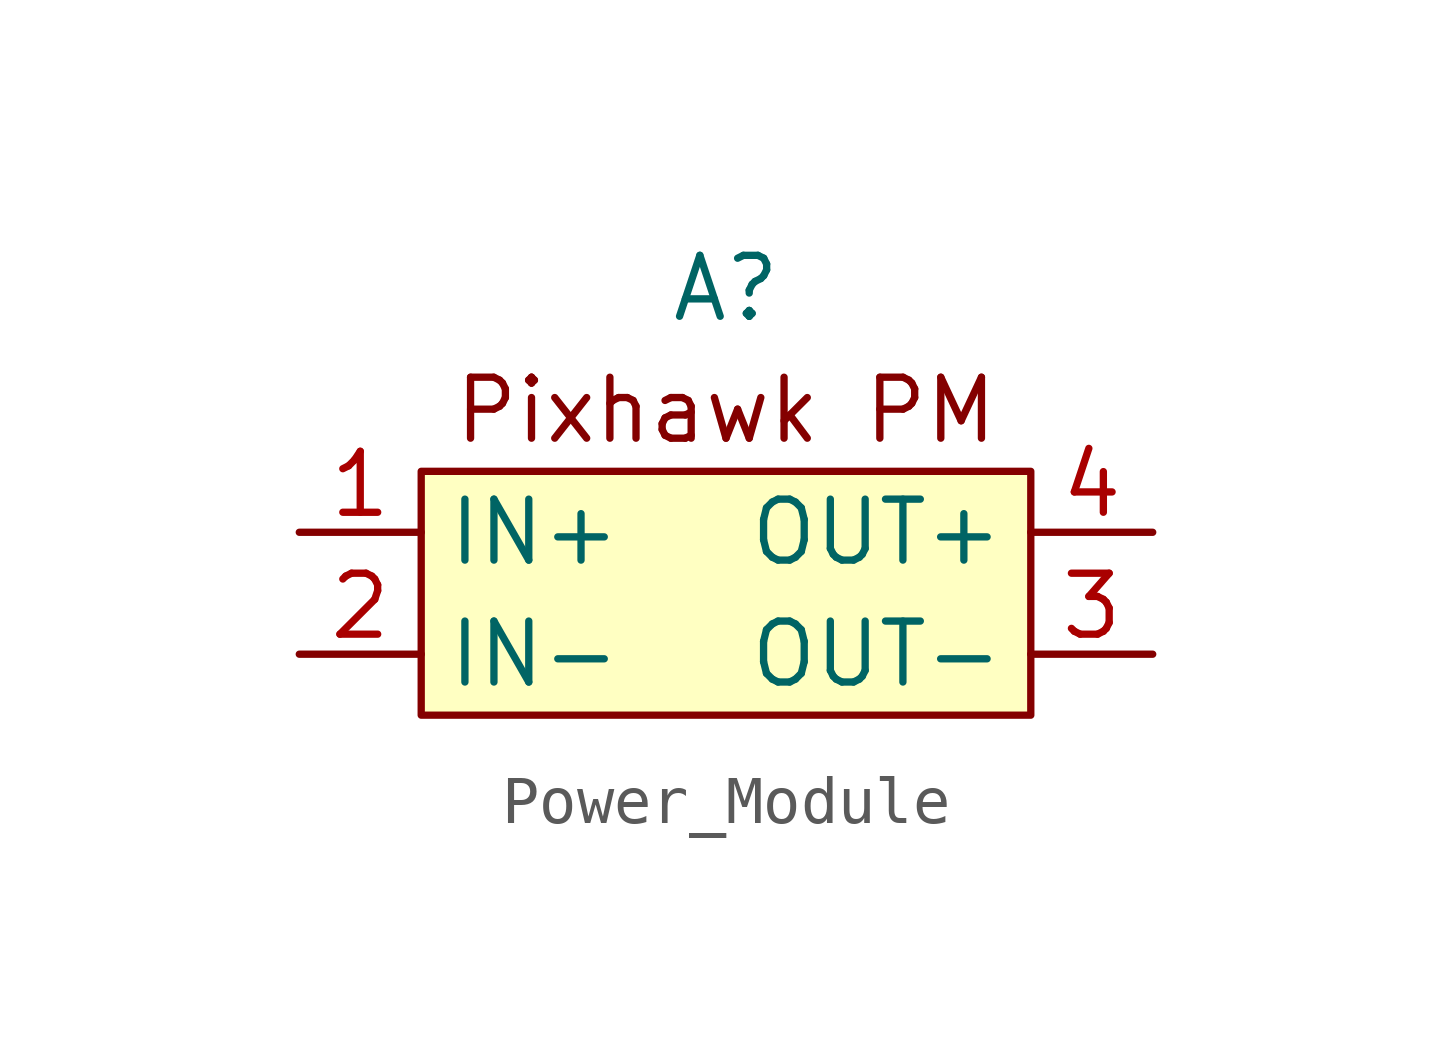
<source format=kicad_sym>
(kicad_symbol_lib
  (version 20220914)
  (generator kicad_symbol_editor)
  (symbol "Power_Module"
    (property "Reference" "A"
      (at 0 6.35 0)
      (effects (font (size 1.27 1.27))))
    (property "Value" ""
      (at 0 0 0)
      (effects (font (size 1.27 1.27))))
    (symbol "Power_Module_0_1"
      (rectangle (start -6.35 2.54) (end 6.35 -2.54) (stroke (width 0) (type default)) (fill (type background)))
      (text "Pixhawk PM" (at 0 3.81 0) (effects (font (size 1.27 1.27)))))
    (symbol "Power_Module_1_1"
      (pin input line (at -8.89 1.27 0) (length 2.54) (name "IN+" (effects (font (size 1.27 1.27)))) (number "1" (effects (font (size 1.27 1.27)))))
      (pin input line (at -8.89 -1.27 0) (length 2.54) (name "IN-" (effects (font (size 1.27 1.27)))) (number "2" (effects (font (size 1.27 1.27)))))
      (pin input line (at 8.89 -1.27 180) (length 2.54) (name "OUT-" (effects (font (size 1.27 1.27)))) (number "3" (effects (font (size 1.27 1.27)))))
      (pin input line (at 8.89 1.27 180) (length 2.54) (name "OUT+" (effects (font (size 1.27 1.27)))) (number "4" (effects (font (size 1.27 1.27))))))))
</source>
